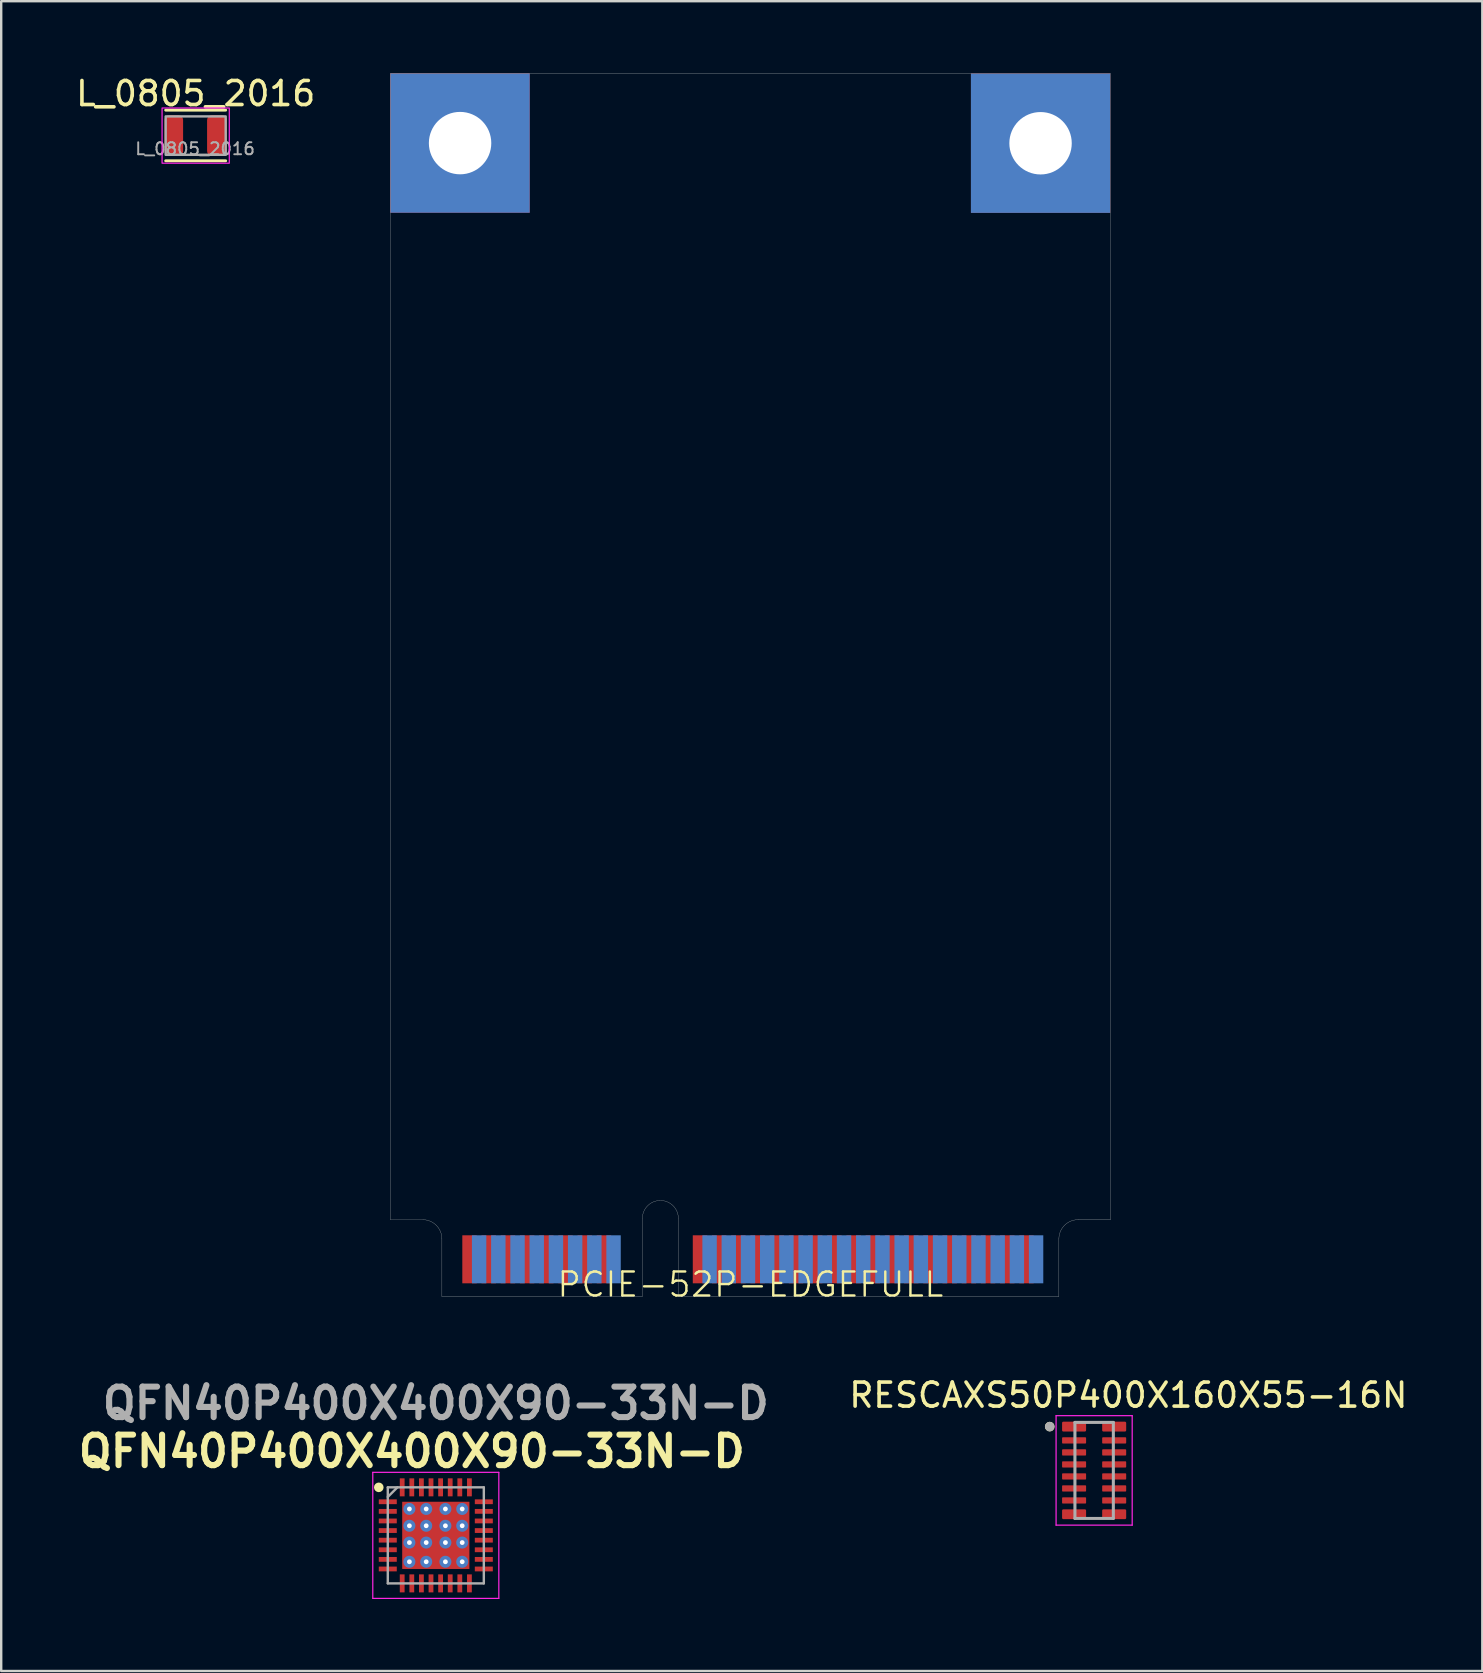
<source format=kicad_pcb>
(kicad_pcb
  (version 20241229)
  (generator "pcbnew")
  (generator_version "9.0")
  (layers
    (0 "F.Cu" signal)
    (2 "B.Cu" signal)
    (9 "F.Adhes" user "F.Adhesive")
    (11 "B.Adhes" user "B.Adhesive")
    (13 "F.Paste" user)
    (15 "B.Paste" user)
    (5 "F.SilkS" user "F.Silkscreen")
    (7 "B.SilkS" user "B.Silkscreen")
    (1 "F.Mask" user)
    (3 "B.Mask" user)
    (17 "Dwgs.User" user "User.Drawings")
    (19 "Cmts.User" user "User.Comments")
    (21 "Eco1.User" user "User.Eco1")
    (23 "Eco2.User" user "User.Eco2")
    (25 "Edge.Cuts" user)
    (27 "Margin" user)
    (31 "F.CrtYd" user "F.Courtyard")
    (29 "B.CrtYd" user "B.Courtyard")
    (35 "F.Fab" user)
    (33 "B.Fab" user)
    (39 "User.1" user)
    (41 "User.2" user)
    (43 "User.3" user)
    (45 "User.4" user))
  (footprint "L_0805_2016"
    (layer "F.Cu")
    (at 5.076 2.598)
    (property "Reference" "L_0805_2016" (at 0.025 -1.75 0) (layer "F.SilkS") (effects (font (size 1 1) (thickness 0.15))))
    (attr smd)
    (fp_line (start -1.225 -1.06) (end 1.275 -1.06) (stroke (width 0.12) (type solid)) (layer "F.SilkS"))
    (fp_line (start 1.275 1.05) (end -1.225 1.05) (stroke (width 0.12) (type solid)) (layer "F.SilkS"))
    (fp_rect (start -1.375 -1.15) (end 1.425 1.15) (stroke (width 0.05) (type solid)) (fill no) (layer "F.CrtYd"))
    (fp_rect (start -1.225 -0.8) (end 1.275 0.8) (stroke (width 0.1) (type solid)) (fill no) (layer "F.Fab"))
    (fp_text user "${REFERENCE}" (at 0 0.55 0) (layer "F.Fab") (effects (font (size 0.5 0.5) (thickness 0.08))))
    (pad "1" smd roundrect (at -0.887 0) (size 0.775 1.7) (layers "F.Cu" "F.Mask" "F.Paste") (roundrect_rratio 0.25))
    (pad "2" smd roundrect (at 0.912 0) (size 0.825 1.7) (layers "F.Cu" "F.Mask" "F.Paste") (roundrect_rratio 0.25)))
  (footprint "QFN40P400X400X90-33N-D"
    (layer "F.Cu")
    (at 15.103 60.904)
    (property "Reference" "QFN40P400X400X90-33N-D" (at -1 -3.5 0) (layer "F.SilkS") (effects (font (size 1.27 1.27) (thickness 0.254))))
    (attr smd)
    (fp_circle (center -2.375 -2) (end -2.375 -1.9) (stroke (width 0.2) (type solid)) (fill no) (layer "F.SilkS"))
    (fp_line (start -2.625 -2.625) (end 2.625 -2.625) (stroke (width 0.05) (type solid)) (layer "F.CrtYd"))
    (fp_line (start -2.625 2.625) (end -2.625 -2.625) (stroke (width 0.05) (type solid)) (layer "F.CrtYd"))
    (fp_line (start 2.625 -2.625) (end 2.625 2.625) (stroke (width 0.05) (type solid)) (layer "F.CrtYd"))
    (fp_line (start 2.625 2.625) (end -2.625 2.625) (stroke (width 0.05) (type solid)) (layer "F.CrtYd"))
    (fp_line (start -2 -2) (end 2 -2) (stroke (width 0.1) (type solid)) (layer "F.Fab"))
    (fp_line (start -2 -1.6) (end -1.6 -2) (stroke (width 0.1) (type solid)) (layer "F.Fab"))
    (fp_line (start -2 2) (end -2 -2) (stroke (width 0.1) (type solid)) (layer "F.Fab"))
    (fp_line (start 2 -2) (end 2 2) (stroke (width 0.1) (type solid)) (layer "F.Fab"))
    (fp_line (start 2 2) (end -2 2) (stroke (width 0.1) (type solid)) (layer "F.Fab"))
    (fp_text user "${REFERENCE}" (at 0 -5.5 0) (layer "F.Fab") (effects (font (size 1.27 1.27) (thickness 0.254))))
    (pad "1" smd rect (at -2 -1.4 90) (size 0.2 0.75) (layers "F.Cu" "F.Mask" "F.Paste"))
    (pad "2" smd rect (at -2 -1 90) (size 0.2 0.75) (layers "F.Cu" "F.Mask" "F.Paste"))
    (pad "3" smd rect (at -2 -0.6 90) (size 0.2 0.75) (layers "F.Cu" "F.Mask" "F.Paste"))
    (pad "4" smd rect (at -2 -0.2 90) (size 0.2 0.75) (layers "F.Cu" "F.Mask" "F.Paste"))
    (pad "5" smd rect (at -2 0.2 90) (size 0.2 0.75) (layers "F.Cu" "F.Mask" "F.Paste"))
    (pad "6" smd rect (at -2 0.6 90) (size 0.2 0.75) (layers "F.Cu" "F.Mask" "F.Paste"))
    (pad "7" smd rect (at -2 1 90) (size 0.2 0.75) (layers "F.Cu" "F.Mask" "F.Paste"))
    (pad "8" smd rect (at -2 1.4 90) (size 0.2 0.75) (layers "F.Cu" "F.Mask" "F.Paste"))
    (pad "9" smd rect (at -1.4 2) (size 0.2 0.75) (layers "F.Cu" "F.Mask" "F.Paste"))
    (pad "10" smd rect (at -1 2) (size 0.2 0.75) (layers "F.Cu" "F.Mask" "F.Paste"))
    (pad "11" smd rect (at -0.6 2) (size 0.2 0.75) (layers "F.Cu" "F.Mask" "F.Paste"))
    (pad "12" smd rect (at -0.2 2) (size 0.2 0.75) (layers "F.Cu" "F.Mask" "F.Paste"))
    (pad "13" smd rect (at 0.2 2) (size 0.2 0.75) (layers "F.Cu" "F.Mask" "F.Paste"))
    (pad "14" smd rect (at 0.6 2) (size 0.2 0.75) (layers "F.Cu" "F.Mask" "F.Paste"))
    (pad "15" smd rect (at 1 2) (size 0.2 0.75) (layers "F.Cu" "F.Mask" "F.Paste"))
    (pad "16" smd rect (at 1.4 2) (size 0.2 0.75) (layers "F.Cu" "F.Mask" "F.Paste"))
    (pad "17" smd rect (at 2 1.4 90) (size 0.2 0.75) (layers "F.Cu" "F.Mask" "F.Paste"))
    (pad "18" smd rect (at 2 1 90) (size 0.2 0.75) (layers "F.Cu" "F.Mask" "F.Paste"))
    (pad "19" smd rect (at 2 0.6 90) (size 0.2 0.75) (layers "F.Cu" "F.Mask" "F.Paste"))
    (pad "20" smd rect (at 2 0.2 90) (size 0.2 0.75) (layers "F.Cu" "F.Mask" "F.Paste"))
    (pad "21" smd rect (at 2 -0.2 90) (size 0.2 0.75) (layers "F.Cu" "F.Mask" "F.Paste"))
    (pad "22" smd rect (at 2 -0.6 90) (size 0.2 0.75) (layers "F.Cu" "F.Mask" "F.Paste"))
    (pad "23" smd rect (at 2 -1 90) (size 0.2 0.75) (layers "F.Cu" "F.Mask" "F.Paste"))
    (pad "24" smd rect (at 2 -1.4 90) (size 0.2 0.75) (layers "F.Cu" "F.Mask" "F.Paste"))
    (pad "25" smd rect (at 1.4 -2) (size 0.2 0.75) (layers "F.Cu" "F.Mask" "F.Paste"))
    (pad "26" smd rect (at 1 -2) (size 0.2 0.75) (layers "F.Cu" "F.Mask" "F.Paste"))
    (pad "27" smd rect (at 0.6 -2) (size 0.2 0.75) (layers "F.Cu" "F.Mask" "F.Paste"))
    (pad "28" smd rect (at 0.2 -2) (size 0.2 0.75) (layers "F.Cu" "F.Mask" "F.Paste"))
    (pad "29" smd rect (at -0.2 -2) (size 0.2 0.75) (layers "F.Cu" "F.Mask" "F.Paste"))
    (pad "30" smd rect (at -0.6 -2) (size 0.2 0.75) (layers "F.Cu" "F.Mask" "F.Paste"))
    (pad "31" smd rect (at -1 -2) (size 0.2 0.75) (layers "F.Cu" "F.Mask" "F.Paste"))
    (pad "32" smd rect (at -1.4 -2) (size 0.2 0.75) (layers "F.Cu" "F.Mask" "F.Paste"))
    (pad "33" thru_hole circle (at -1.1 -1.1) (size 0.5 0.5) (drill 0.2) (property pad_prop_heatsink) (layers "*.Cu"))
    (pad "33" thru_hole circle (at -1.1 -0.4) (size 0.5 0.5) (drill 0.2) (property pad_prop_heatsink) (layers "*.Cu"))
    (pad "33" thru_hole circle (at -1.1 0.3) (size 0.5 0.5) (drill 0.2) (property pad_prop_heatsink) (layers "*.Cu"))
    (pad "33" thru_hole circle (at -1.1 1.1) (size 0.5 0.5) (drill 0.2) (property pad_prop_heatsink) (layers "*.Cu"))
    (pad "33" thru_hole circle (at -0.4 -1.1) (size 0.5 0.5) (drill 0.2) (property pad_prop_heatsink) (layers "*.Cu"))
    (pad "33" thru_hole circle (at -0.4 -0.4) (size 0.5 0.5) (drill 0.2) (property pad_prop_heatsink) (layers "*.Cu"))
    (pad "33" thru_hole circle (at -0.4 0.3) (size 0.5 0.5) (drill 0.2) (property pad_prop_heatsink) (layers "*.Cu"))
    (pad "33" thru_hole circle (at -0.4 1.1) (size 0.5 0.5) (drill 0.2) (property pad_prop_heatsink) (layers "*.Cu"))
    (pad "33" smd rect (at 0 0) (size 2.8 2.8) (layers "F.Cu" "F.Mask" "F.Paste"))
    (pad "33" thru_hole circle (at 0.4 -1.1) (size 0.5 0.5) (drill 0.2) (property pad_prop_heatsink) (layers "*.Cu"))
    (pad "33" thru_hole circle (at 0.4 -0.4) (size 0.5 0.5) (drill 0.2) (property pad_prop_heatsink) (layers "*.Cu"))
    (pad "33" thru_hole circle (at 0.4 0.3) (size 0.5 0.5) (drill 0.2) (property pad_prop_heatsink) (layers "*.Cu"))
    (pad "33" thru_hole circle (at 0.4 1.1) (size 0.5 0.5) (drill 0.2) (property pad_prop_heatsink) (layers "*.Cu"))
    (pad "33" thru_hole circle (at 1.1 -1.1) (size 0.5 0.5) (drill 0.2) (property pad_prop_heatsink) (layers "*.Cu"))
    (pad "33" thru_hole circle (at 1.1 -0.4) (size 0.5 0.5) (drill 0.2) (property pad_prop_heatsink) (layers "*.Cu"))
    (pad "33" thru_hole circle (at 1.1 0.3) (size 0.5 0.5) (drill 0.2) (property pad_prop_heatsink) (layers "*.Cu"))
    (pad "33" thru_hole circle (at 1.1 1.1) (size 0.5 0.5) (drill 0.2) (property pad_prop_heatsink) (layers "*.Cu")))
  (footprint "PCIE-52P-EDGEFULL"
    (layer "F.Cu")
    (at 28.207 50.955)
    (property "Reference" "PCIE-52P-EDGEFULL" (at 0 -0.5 0) (unlocked yes) (layer "F.SilkS") (effects (font (size 1 1) (thickness 0.1))))
    (attr smd)
    (fp_line (start -15 -50.95) (end -15 -3.2) (stroke (width 0.01) (type solid)) (layer "Edge.Cuts"))
    (fp_line (start -13.65 -3.2) (end -15 -3.2) (stroke (width 0.01) (type solid)) (layer "Edge.Cuts"))
    (fp_line (start -12.85 0) (end -12.85 -2.4) (stroke (width 0.01) (type solid)) (layer "Edge.Cuts"))
    (fp_line (start -4.5 0) (end -12.85 0) (stroke (width 0.01) (type solid)) (layer "Edge.Cuts"))
    (fp_line (start -4.5 0) (end -4.5 -3.25) (stroke (width 0.01) (type solid)) (layer "Edge.Cuts"))
    (fp_line (start -3 0) (end -3 -3.25) (stroke (width 0.01) (type solid)) (layer "Edge.Cuts"))
    (fp_line (start -3 0) (end 12.85 0) (stroke (width 0.01) (type solid)) (layer "Edge.Cuts"))
    (fp_line (start 12.85 0) (end 12.85 -2.4) (stroke (width 0.01) (type solid)) (layer "Edge.Cuts"))
    (fp_line (start 14.999 -3.201) (end 13.649 -3.201) (stroke (width 0.01) (type solid)) (layer "Edge.Cuts"))
    (fp_line (start 15 -50.95) (end -15 -50.95) (stroke (width 0.01) (type solid)) (layer "Edge.Cuts"))
    (fp_line (start 15 -3.2) (end 15 -50.95) (stroke (width 0.01) (type solid)) (layer "Edge.Cuts"))
    (fp_arc (start -13.65 -3.2) (mid -13.084315 -2.965685) (end -12.85 -2.4) (stroke (width 0.01) (type solid)) (layer "Edge.Cuts"))
    (fp_arc (start -4.5 -3.25) (mid -3.75 -4) (end -3 -3.25) (stroke (width 0.01) (type solid)) (layer "Edge.Cuts"))
    (fp_arc (start 12.85 -2.4) (mid 13.084315 -2.965685) (end 13.65 -3.2) (stroke (width 0.01) (type solid)) (layer "Edge.Cuts"))
    (pad "" thru_hole rect (at -12.093 -48.044) (size 5.8 5.8) (drill 2.6) (layers "*.Cu" "*.Mask"))
    (pad "" thru_hole rect (at 12.086 -48.038) (size 5.8 5.8) (drill 2.6) (layers "*.Cu" "*.Mask"))
    (pad "1" smd rect (at -11.7 -1.55) (size 0.6 2) (layers "F.Cu" "F.Mask"))
    (pad "2" smd rect (at -11.3 -1.55) (size 0.6 2) (layers "B.Cu" "B.Mask"))
    (pad "3" smd rect (at -10.9 -1.55) (size 0.6 2) (layers "F.Cu" "F.Mask"))
    (pad "4" smd rect (at -10.5 -1.55) (size 0.6 2) (layers "B.Cu" "B.Mask"))
    (pad "5" smd rect (at -10.1 -1.55) (size 0.6 2) (layers "F.Cu" "F.Mask"))
    (pad "6" smd rect (at -9.7 -1.55) (size 0.6 2) (layers "B.Cu" "B.Mask"))
    (pad "7" smd rect (at -9.3 -1.55) (size 0.6 2) (layers "F.Cu" "F.Mask"))
    (pad "8" smd rect (at -8.9 -1.55) (size 0.6 2) (layers "B.Cu" "B.Mask"))
    (pad "9" smd rect (at -8.5 -1.55) (size 0.6 2) (layers "F.Cu" "F.Mask"))
    (pad "10" smd rect (at -8.1 -1.55) (size 0.6 2) (layers "B.Cu" "B.Mask"))
    (pad "11" smd rect (at -7.7 -1.55) (size 0.6 2) (layers "F.Cu" "F.Mask"))
    (pad "12" smd rect (at -7.3 -1.55) (size 0.6 2) (layers "B.Cu" "B.Mask"))
    (pad "13" smd rect (at -6.9 -1.55) (size 0.6 2) (layers "F.Cu" "F.Mask"))
    (pad "14" smd rect (at -6.5 -1.55) (size 0.6 2) (layers "B.Cu" "B.Mask"))
    (pad "15" smd rect (at -6.1 -1.55) (size 0.6 2) (layers "F.Cu" "F.Mask"))
    (pad "16" smd rect (at -5.7 -1.55) (size 0.6 2) (layers "B.Cu" "B.Mask"))
    (pad "17" smd rect (at -2.1 -1.55) (size 0.6 2) (layers "F.Cu" "F.Mask"))
    (pad "18" smd rect (at -1.7 -1.55) (size 0.6 2) (layers "B.Cu" "B.Mask"))
    (pad "19" smd rect (at -1.3 -1.55) (size 0.6 2) (layers "F.Cu" "F.Mask"))
    (pad "20" smd rect (at -0.9 -1.55) (size 0.6 2) (layers "B.Cu" "B.Mask"))
    (pad "21" smd rect (at -0.5 -1.55) (size 0.6 2) (layers "F.Cu" "F.Mask"))
    (pad "22" smd rect (at -0.1 -1.55) (size 0.6 2) (layers "B.Cu" "B.Mask"))
    (pad "23" smd rect (at 0.3 -1.55) (size 0.6 2) (layers "F.Cu" "F.Mask"))
    (pad "24" smd rect (at 0.7 -1.55) (size 0.6 2) (layers "B.Cu" "B.Mask"))
    (pad "25" smd rect (at 1.1 -1.55) (size 0.6 2) (layers "F.Cu" "F.Mask"))
    (pad "26" smd rect (at 1.5 -1.55) (size 0.6 2) (layers "B.Cu" "B.Mask"))
    (pad "27" smd rect (at 1.9 -1.55) (size 0.6 2) (layers "F.Cu" "F.Mask"))
    (pad "28" smd rect (at 2.3 -1.55) (size 0.6 2) (layers "B.Cu" "B.Mask"))
    (pad "29" smd rect (at 2.7 -1.55) (size 0.6 2) (layers "F.Cu" "F.Mask"))
    (pad "30" smd rect (at 3.1 -1.55) (size 0.6 2) (layers "B.Cu" "B.Mask"))
    (pad "31" smd rect (at 3.5 -1.55) (size 0.6 2) (layers "F.Cu" "F.Mask"))
    (pad "32" smd rect (at 3.9 -1.55) (size 0.6 2) (layers "B.Cu" "B.Mask"))
    (pad "33" smd rect (at 4.3 -1.55) (size 0.6 2) (layers "F.Cu" "F.Mask"))
    (pad "34" smd rect (at 4.7 -1.55) (size 0.6 2) (layers "B.Cu" "B.Mask"))
    (pad "35" smd rect (at 5.1 -1.55) (size 0.6 2) (layers "F.Cu" "F.Mask"))
    (pad "36" smd rect (at 5.5 -1.55) (size 0.6 2) (layers "B.Cu" "B.Mask"))
    (pad "37" smd rect (at 5.9 -1.55) (size 0.6 2) (layers "F.Cu" "F.Mask"))
    (pad "38" smd rect (at 6.3 -1.55) (size 0.6 2) (layers "B.Cu" "B.Mask"))
    (pad "39" smd rect (at 6.7 -1.55) (size 0.6 2) (layers "F.Cu" "F.Mask"))
    (pad "40" smd rect (at 7.1 -1.55) (size 0.6 2) (layers "B.Cu" "B.Mask"))
    (pad "41" smd rect (at 7.5 -1.55) (size 0.6 2) (layers "F.Cu" "F.Mask"))
    (pad "42" smd rect (at 7.9 -1.55) (size 0.6 2) (layers "B.Cu" "B.Mask"))
    (pad "43" smd rect (at 8.3 -1.55) (size 0.6 2) (layers "F.Cu" "F.Mask"))
    (pad "44" smd rect (at 8.7 -1.55) (size 0.6 2) (layers "B.Cu" "B.Mask"))
    (pad "45" smd rect (at 9.1 -1.55) (size 0.6 2) (layers "F.Cu" "F.Mask"))
    (pad "46" smd rect (at 9.5 -1.55) (size 0.6 2) (layers "B.Cu" "B.Mask"))
    (pad "47" smd rect (at 9.9 -1.55) (size 0.6 2) (layers "F.Cu" "F.Mask"))
    (pad "48" smd rect (at 10.3 -1.55) (size 0.6 2) (layers "B.Cu" "B.Mask"))
    (pad "49" smd rect (at 10.7 -1.55) (size 0.6 2) (layers "F.Cu" "F.Mask"))
    (pad "50" smd rect (at 11.1 -1.55) (size 0.6 2) (layers "B.Cu" "B.Mask"))
    (pad "51" smd rect (at 11.5 -1.55) (size 0.6 2) (layers "F.Cu" "F.Mask"))
    (pad "52" smd rect (at 11.9 -1.55) (size 0.6 2) (layers "B.Cu" "B.Mask")))
  (footprint "RESCAXS50P400X160X55-16N"
    (layer "F.Cu")
    (at 42.525 58.199)
    (property "Reference" "RESCAXS50P400X160X55-16N" (at 1.425 -3.135 0) (layer "F.SilkS") (effects (font (size 1 1) (thickness 0.15))))
    (attr smd)
    (fp_circle (center -1.85 -1.825) (end -1.75 -1.825) (stroke (width 0.2) (type solid)) (fill no) (layer "F.SilkS"))
    (fp_line (start -1.585 -2.28) (end 1.585 -2.28) (stroke (width 0.05) (type solid)) (layer "F.CrtYd"))
    (fp_line (start -1.585 2.28) (end -1.585 -2.28) (stroke (width 0.05) (type solid)) (layer "F.CrtYd"))
    (fp_line (start 1.585 -2.28) (end 1.585 2.28) (stroke (width 0.05) (type solid)) (layer "F.CrtYd"))
    (fp_line (start 1.585 2.28) (end -1.585 2.28) (stroke (width 0.05) (type solid)) (layer "F.CrtYd"))
    (fp_line (start -0.8 -2) (end 0.8 -2) (stroke (width 0.127) (type solid)) (layer "F.Fab"))
    (fp_line (start -0.8 2) (end -0.8 -2) (stroke (width 0.127) (type solid)) (layer "F.Fab"))
    (fp_line (start 0.8 -2) (end 0.8 2) (stroke (width 0.127) (type solid)) (layer "F.Fab"))
    (fp_line (start 0.8 2) (end -0.8 2) (stroke (width 0.127) (type solid)) (layer "F.Fab"))
    (fp_circle (center -1.85 -1.825) (end -1.75 -1.825) (stroke (width 0.2) (type solid)) (fill no) (layer "F.Fab"))
    (pad "1" smd roundrect (at -0.835 -1.825) (size 1 0.41) (layers "F.Cu" "F.Mask" "F.Paste") (roundrect_rratio 0.125))
    (pad "2" smd roundrect (at -0.835 -1.25) (size 1 0.26) (layers "F.Cu" "F.Mask" "F.Paste") (roundrect_rratio 0.125))
    (pad "3" smd roundrect (at -0.835 -0.75) (size 1 0.26) (layers "F.Cu" "F.Mask" "F.Paste") (roundrect_rratio 0.125))
    (pad "4" smd roundrect (at -0.835 -0.25) (size 1 0.26) (layers "F.Cu" "F.Mask" "F.Paste") (roundrect_rratio 0.125))
    (pad "5" smd roundrect (at -0.835 0.25) (size 1 0.26) (layers "F.Cu" "F.Mask" "F.Paste") (roundrect_rratio 0.125))
    (pad "6" smd roundrect (at -0.835 0.75) (size 1 0.26) (layers "F.Cu" "F.Mask" "F.Paste") (roundrect_rratio 0.125))
    (pad "7" smd roundrect (at -0.835 1.25) (size 1 0.26) (layers "F.Cu" "F.Mask" "F.Paste") (roundrect_rratio 0.125))
    (pad "8" smd roundrect (at -0.835 1.825) (size 1 0.41) (layers "F.Cu" "F.Mask" "F.Paste") (roundrect_rratio 0.125))
    (pad "9" smd roundrect (at 0.835 1.825) (size 1 0.41) (layers "F.Cu" "F.Mask" "F.Paste") (roundrect_rratio 0.125))
    (pad "10" smd roundrect (at 0.835 1.25) (size 1 0.26) (layers "F.Cu" "F.Mask" "F.Paste") (roundrect_rratio 0.125))
    (pad "11" smd roundrect (at 0.835 0.75) (size 1 0.26) (layers "F.Cu" "F.Mask" "F.Paste") (roundrect_rratio 0.125))
    (pad "12" smd roundrect (at 0.835 0.25) (size 1 0.26) (layers "F.Cu" "F.Mask" "F.Paste") (roundrect_rratio 0.125))
    (pad "13" smd roundrect (at 0.835 -0.25) (size 1 0.26) (layers "F.Cu" "F.Mask" "F.Paste") (roundrect_rratio 0.125))
    (pad "14" smd roundrect (at 0.835 -0.75) (size 1 0.26) (layers "F.Cu" "F.Mask" "F.Paste") (roundrect_rratio 0.125))
    (pad "15" smd roundrect (at 0.835 -1.25) (size 1 0.26) (layers "F.Cu" "F.Mask" "F.Paste") (roundrect_rratio 0.125))
    (pad "16" smd roundrect (at 0.835 -1.825) (size 1 0.41) (layers "F.Cu" "F.Mask" "F.Paste") (roundrect_rratio 0.125)))
  (gr_rect
    (start -3 -3)
    (end 58.694 66.554)
    (stroke (width 0.1) (type default))
    (fill no)
    (layer "Edge.Cuts")))
</source>
